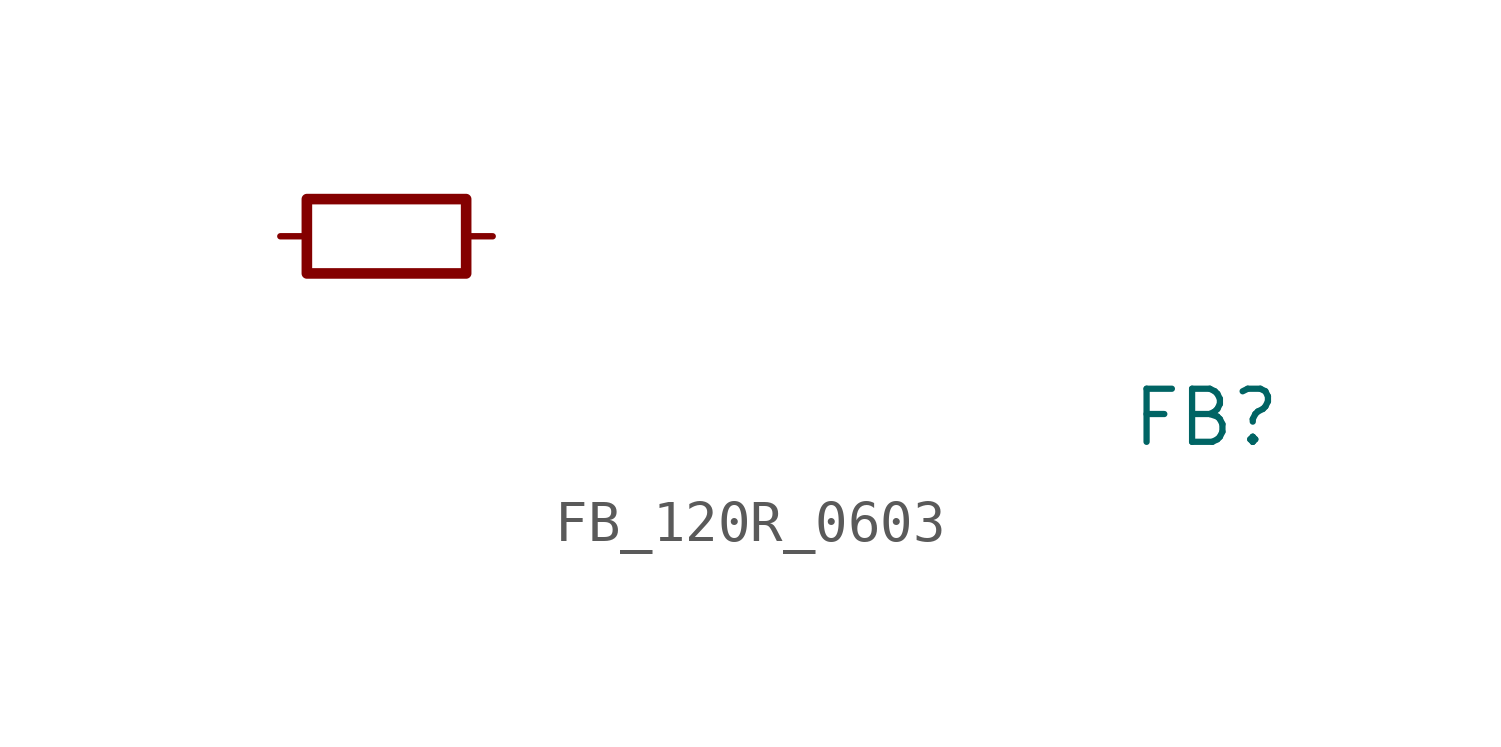
<source format=kicad_sym>
(kicad_symbol_lib
  (version 20231120)
  (generator "kicad_symbol_editor")
  (generator_version "8.0")
  (symbol "FB_120R_0603"
    (pin_numbers hide)
    (pin_names hide)
    (property "Reference" "FB"
      (at 20.32 -5.08 0)
      (effects (font (size 1.27 1.27) (thickness 0.15)) (justify left bottom)))
    (symbol "FB_120R_0603_0_1"
      (rectangle (start 0.635 0.889) (end 4.445 -0.889) (stroke (width 0.254) (type default)) (fill (type none))))
    (symbol "FB_120R_0603_1_1"
      (pin passive line (at 0 0 0) (length 0.635) (name "~" (effects (font (size 1.27 1.27)))) (number "1" (effects (font (size 1.27 1.27)))))
      (pin passive line (at 5.08 0 180) (length 0.635) (name "~" (effects (font (size 1.27 1.27)))) (number "2" (effects (font (size 1.27 1.27))))))))
</source>
